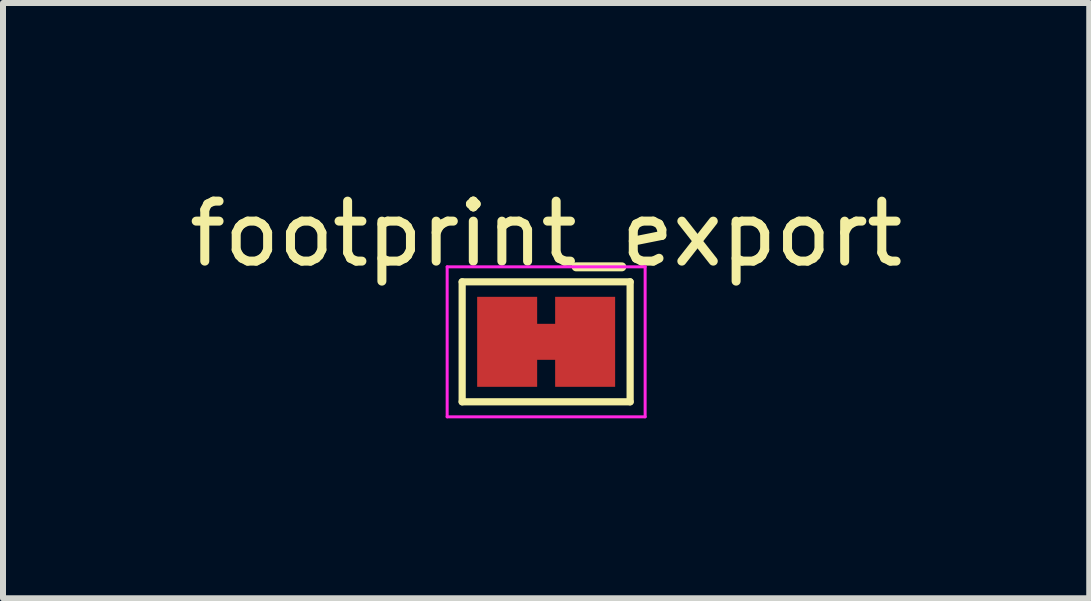
<source format=kicad_pcb>
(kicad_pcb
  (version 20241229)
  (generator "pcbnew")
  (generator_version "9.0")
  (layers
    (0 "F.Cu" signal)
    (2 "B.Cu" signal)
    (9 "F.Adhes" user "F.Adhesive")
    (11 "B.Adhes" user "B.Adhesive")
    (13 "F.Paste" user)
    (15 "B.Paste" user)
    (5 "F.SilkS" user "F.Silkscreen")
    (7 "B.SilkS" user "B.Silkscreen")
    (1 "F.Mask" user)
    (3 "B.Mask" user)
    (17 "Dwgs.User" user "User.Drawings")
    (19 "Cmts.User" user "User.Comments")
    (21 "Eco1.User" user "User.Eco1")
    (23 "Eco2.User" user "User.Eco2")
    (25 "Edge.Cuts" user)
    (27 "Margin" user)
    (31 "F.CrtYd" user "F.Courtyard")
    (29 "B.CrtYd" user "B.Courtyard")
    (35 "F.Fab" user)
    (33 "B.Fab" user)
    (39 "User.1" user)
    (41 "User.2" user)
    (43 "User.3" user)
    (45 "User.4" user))
  (footprint "footprint_export"
    (layer "F.Cu")
    (at 6.054 2.648)
    (property "Reference" "footprint_export" (at 0 -1.8 0) (layer "F.SilkS") (effects (font (size 1 1) (thickness 0.15))))
    (attr exclude_from_pos_files exclude_from_bom)
    (fp_poly (pts (xy -0.25 -0.3) (xy 0.25 -0.3) (xy 0.25 0.3) (xy -0.25 0.3)) (stroke (width 0) (type solid)) (fill yes) (layer "F.Cu"))
    (fp_line (start -1.4 -1) (end 1.4 -1) (stroke (width 0.12) (type solid)) (layer "F.SilkS"))
    (fp_line (start -1.4 1) (end -1.4 -1) (stroke (width 0.12) (type solid)) (layer "F.SilkS"))
    (fp_line (start 1.4 -1) (end 1.4 1) (stroke (width 0.12) (type solid)) (layer "F.SilkS"))
    (fp_line (start 1.4 1) (end -1.4 1) (stroke (width 0.12) (type solid)) (layer "F.SilkS"))
    (fp_line (start -1.65 -1.25) (end -1.65 1.25) (stroke (width 0.05) (type solid)) (layer "F.CrtYd"))
    (fp_line (start -1.65 -1.25) (end 1.65 -1.25) (stroke (width 0.05) (type solid)) (layer "F.CrtYd"))
    (fp_line (start 1.65 1.25) (end -1.65 1.25) (stroke (width 0.05) (type solid)) (layer "F.CrtYd"))
    (fp_line (start 1.65 1.25) (end 1.65 -1.25) (stroke (width 0.05) (type solid)) (layer "F.CrtYd"))
    (pad "1" smd rect (at -0.65 0) (size 1 1.5) (layers "F.Cu" "F.Mask"))
    (pad "2" smd rect (at 0.65 0) (size 1 1.5) (layers "F.Cu" "F.Mask")))
  (gr_rect
    (start -3 -3)
    (end 15.107 6.923)
    (stroke (width 0.1) (type default))
    (fill no)
    (layer "Edge.Cuts")))
</source>
